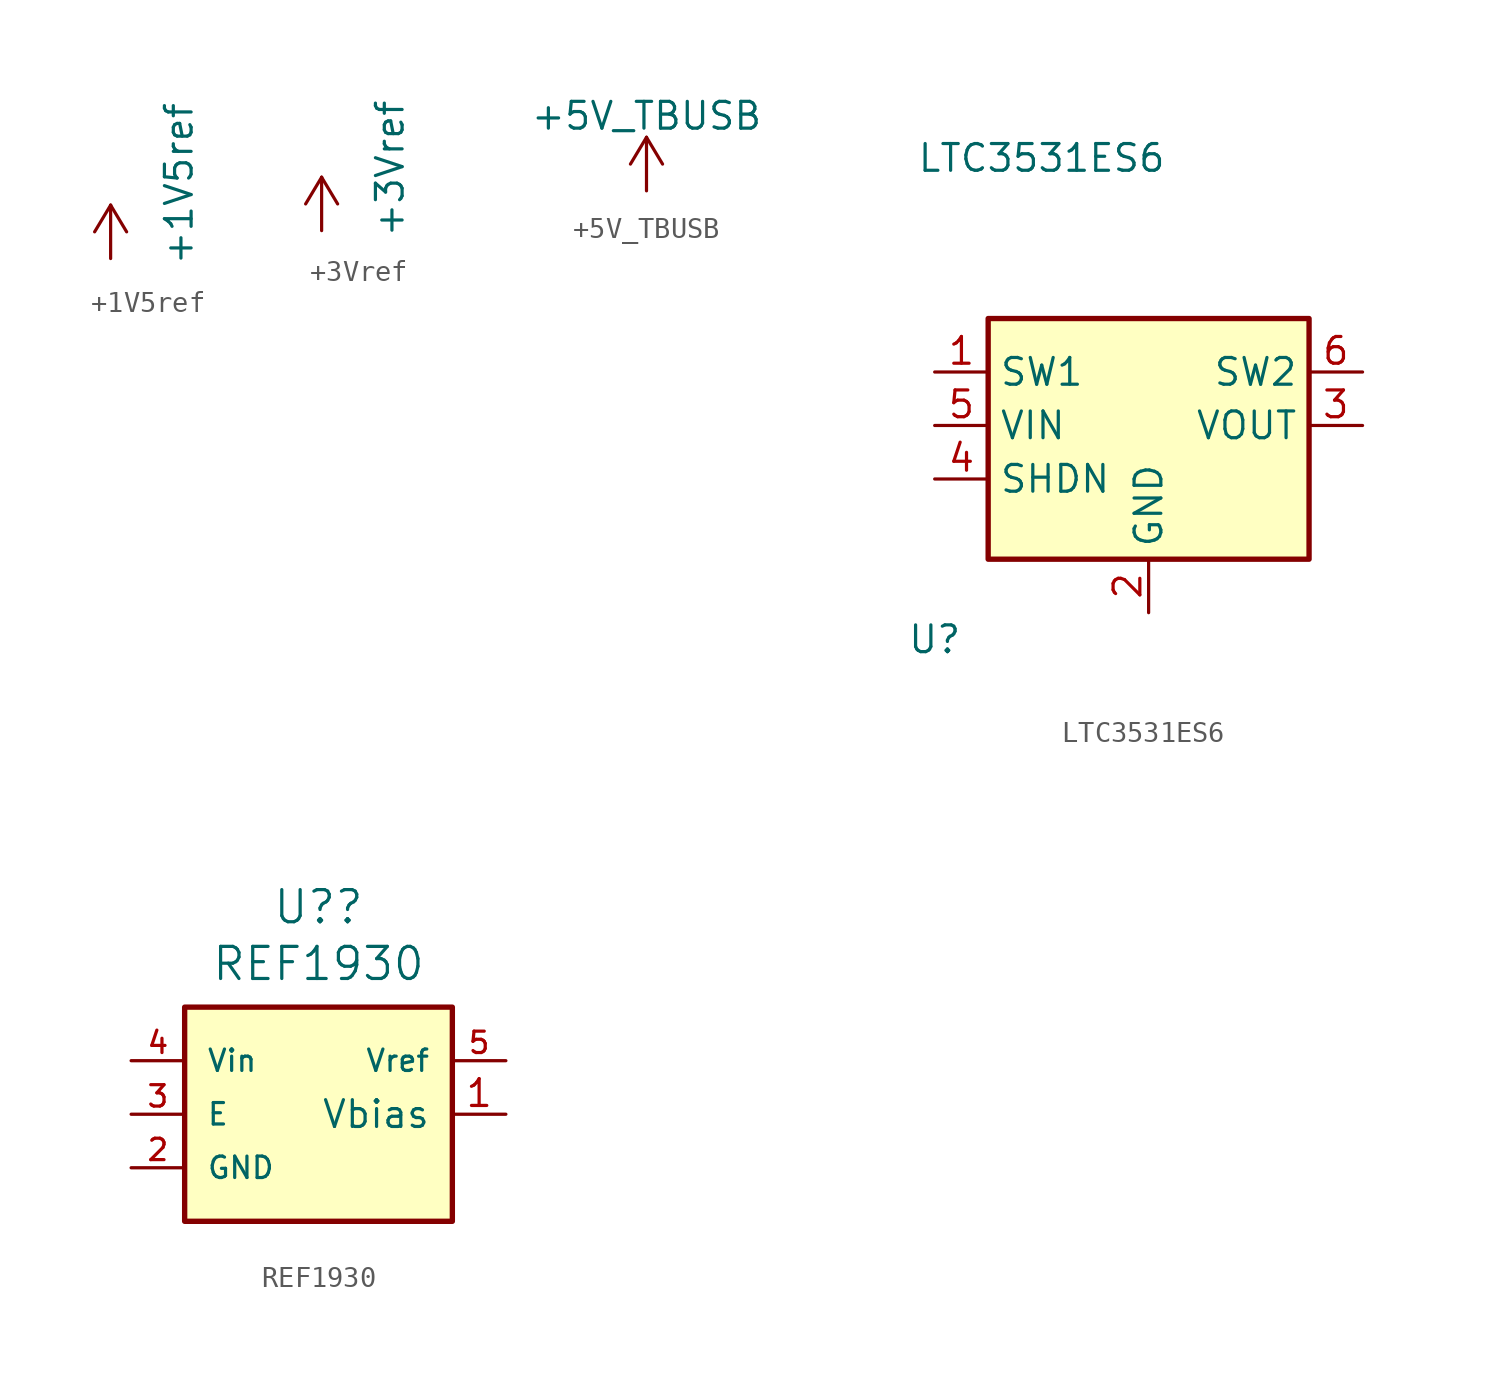
<source format=kicad_sym>
(kicad_symbol_lib
  (version 20211014)
  (generator kicad_symbol_editor)
  (symbol "+1V5ref"
    (power)
    (pin_names
      (offset 0))
    (property "Reference" "#PWR033"
      (at -3.81 0 0)
      (effects (font (size 1.27 1.27)) hide))
    (property "Value" "+1V5ref"
      (at 3.251 -0.381 90)
      (effects (font (size 1.27 1.27)) (justify left)))
    (symbol "+1V5ref_0_1"
      (polyline (pts (xy -0.762 1.27) (xy 0 2.54)) (stroke (width 0) (type default) (color 0 0 0 0)) (fill (type none)))
      (polyline (pts (xy 0 0) (xy 0 2.54)) (stroke (width 0) (type default) (color 0 0 0 0)) (fill (type none)))
      (polyline (pts (xy 0 2.54) (xy 0.762 1.27)) (stroke (width 0) (type default) (color 0 0 0 0)) (fill (type none))))
    (symbol "+1V5ref_1_1"
      (pin power_in line (at 0 0 90) (length 0) hide (name "+1V5ref" (effects (font (size 1.27 1.27)))) (number "1" (effects (font (size 1.27 1.27)))))))
  (symbol "+3Vref"
    (power)
    (pin_names
      (offset 0))
    (property "Reference" "#PWR032"
      (at -3.81 0 0)
      (effects (font (size 1.27 1.27)) hide))
    (property "Value" "+3Vref"
      (at 3.251 -0.381 90)
      (effects (font (size 1.27 1.27)) (justify left)))
    (symbol "+3Vref_0_1"
      (polyline (pts (xy -0.762 1.27) (xy 0 2.54)) (stroke (width 0) (type default) (color 0 0 0 0)) (fill (type none)))
      (polyline (pts (xy 0 0) (xy 0 2.54)) (stroke (width 0) (type default) (color 0 0 0 0)) (fill (type none)))
      (polyline (pts (xy 0 2.54) (xy 0.762 1.27)) (stroke (width 0) (type default) (color 0 0 0 0)) (fill (type none))))
    (symbol "+3Vref_1_1"
      (pin power_in line (at 0 0 90) (length 0) hide (name "+3Vref" (effects (font (size 1.27 1.27)))) (number "1" (effects (font (size 1.27 1.27)))))))
  (symbol "+5V_TBUSB"
    (power)
    (pin_names
      (offset 0))
    (property "Reference" "#PWR"
      (at 0 -3.81 0)
      (effects (font (size 1.27 1.27)) hide))
    (property "Value" "+5V_TBUSB"
      (at 0 3.556 0)
      (effects (font (size 1.27 1.27))))
    (symbol "+5V_TBUSB_0_1"
      (polyline (pts (xy -0.762 1.27) (xy 0 2.54)) (stroke (width 0) (type default) (color 0 0 0 0)) (fill (type none)))
      (polyline (pts (xy 0 0) (xy 0 2.54)) (stroke (width 0) (type default) (color 0 0 0 0)) (fill (type none)))
      (polyline (pts (xy 0 2.54) (xy 0.762 1.27)) (stroke (width 0) (type default) (color 0 0 0 0)) (fill (type none))))
    (symbol "+5V_TBUSB_1_1"
      (pin power_in line (at 0 0 90) (length 0) hide (name "+5V_TBUSB" (effects (font (size 1.27 1.27)))) (number "1" (effects (font (size 1.27 1.27)))))))
  (symbol "LTC3531ES6"
    (property "Reference" "U"
      (at -10.16 -8.89 0)
      (effects (font (size 1.27 1.27))))
    (property "Value" "LTC3531ES6"
      (at -5.08 13.97 0)
      (effects (font (size 1.27 1.27))))
    (symbol "LTC3531ES6_0_1"
      (rectangle (start -7.62 6.35) (end 7.62 -5.08) (stroke (width 0.254) (type default) (color 0 0 0 0)) (fill (type background))))
    (symbol "LTC3531ES6_1_1"
      (pin bidirectional line (at -10.16 3.81 0) (length 2.54) (name "SW1" (effects (font (size 1.27 1.27)))) (number "1" (effects (font (size 1.27 1.27)))))
      (pin power_in line (at 0 -7.62 90) (length 2.54) (name "GND" (effects (font (size 1.27 1.27)))) (number "2" (effects (font (size 1.27 1.27)))))
      (pin power_out line (at 10.16 1.27 180) (length 2.54) (name "VOUT" (effects (font (size 1.27 1.27)))) (number "3" (effects (font (size 1.27 1.27)))))
      (pin input line (at -10.16 -1.27 0) (length 2.54) (name "SHDN" (effects (font (size 1.27 1.27)))) (number "4" (effects (font (size 1.27 1.27)))))
      (pin power_in line (at -10.16 1.27 0) (length 2.54) (name "VIN" (effects (font (size 1.27 1.27)))) (number "5" (effects (font (size 1.27 1.27)))))
      (pin bidirectional line (at 10.16 3.81 180) (length 2.54) (name "SW2" (effects (font (size 1.27 1.27)))) (number "6" (effects (font (size 1.27 1.27)))))))
  (symbol "REF1930"
    (pin_names
      (offset 1.016))
    (property "Reference" "U?"
      (at 0 4.75 0)
      (effects (font (size 1.524 1.524))))
    (property "Value" "REF1930"
      (at 0 2.057 0)
      (effects (font (size 1.524 1.524))))
    (property "Datasheet" ""
      (at -1.27 -1.27 0)
      (effects (font (size 1.524 1.524))))
    (symbol "REF1930_0_1"
      (rectangle (start -6.35 0) (end 6.35 -10.16) (stroke (width 0.254) (type default) (color 0 0 0 0)) (fill (type background))))
    (symbol "REF1930_1_1"
      (pin power_out line (at 8.89 -5.08 180) (length 2.54) (name "Vbias" (effects (font (size 1.27 1.27)))) (number "1" (effects (font (size 1.27 1.27)))))
      (pin power_in line (at -8.89 -7.62 0) (length 2.54) (name "GND" (effects (font (size 1.016 1.016)))) (number "2" (effects (font (size 1.016 1.016)))))
      (pin passive line (at -8.89 -5.08 0) (length 2.54) (name "E" (effects (font (size 1.016 1.016)))) (number "3" (effects (font (size 1.016 1.016)))))
      (pin power_in line (at -8.89 -2.54 0) (length 2.54) (name "Vin" (effects (font (size 1.016 1.016)))) (number "4" (effects (font (size 1.016 1.016)))))
      (pin power_out line (at 8.89 -2.54 180) (length 2.54) (name "Vref" (effects (font (size 1.016 1.016)))) (number "5" (effects (font (size 1.016 1.016))))))))
</source>
